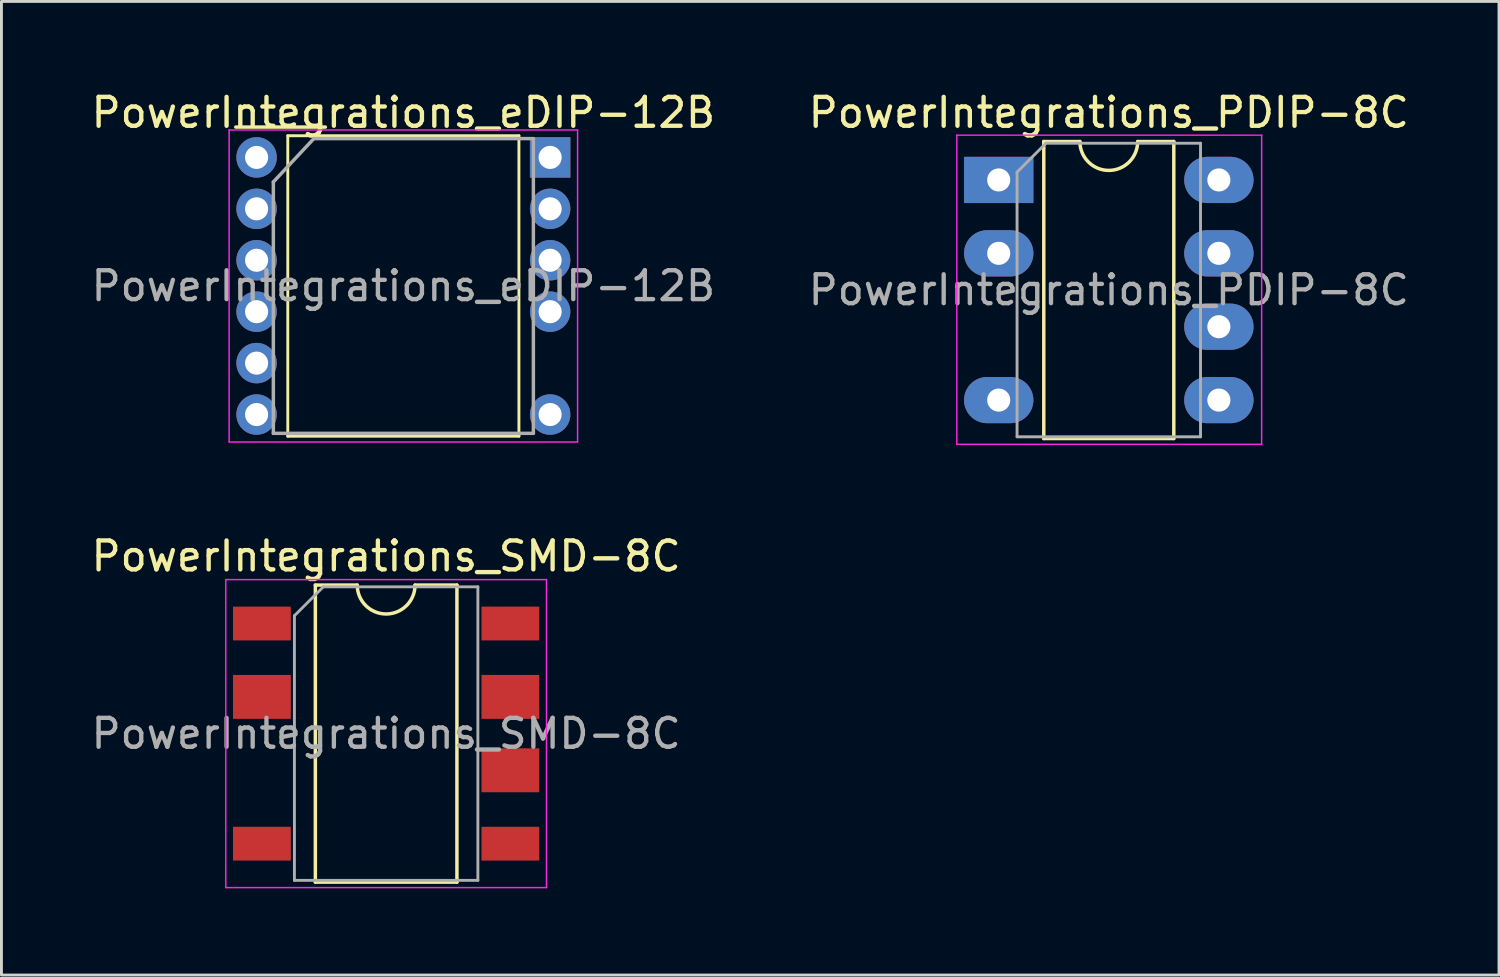
<source format=kicad_pcb>
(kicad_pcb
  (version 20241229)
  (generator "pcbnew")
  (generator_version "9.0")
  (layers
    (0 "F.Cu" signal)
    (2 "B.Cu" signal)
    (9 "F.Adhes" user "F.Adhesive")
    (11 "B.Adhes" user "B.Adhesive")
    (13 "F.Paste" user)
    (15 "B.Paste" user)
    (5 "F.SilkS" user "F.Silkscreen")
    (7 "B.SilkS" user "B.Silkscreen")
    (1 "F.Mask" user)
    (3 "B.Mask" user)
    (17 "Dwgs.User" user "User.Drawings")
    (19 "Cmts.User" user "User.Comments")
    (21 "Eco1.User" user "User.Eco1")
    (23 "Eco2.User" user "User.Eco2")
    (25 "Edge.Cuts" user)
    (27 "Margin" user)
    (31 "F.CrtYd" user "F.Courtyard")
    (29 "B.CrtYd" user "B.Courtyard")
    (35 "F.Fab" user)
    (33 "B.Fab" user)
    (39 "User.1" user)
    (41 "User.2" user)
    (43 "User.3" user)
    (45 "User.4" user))
  (footprint "PowerIntegrations_eDIP-12B"
    (layer "F.Cu")
    (at 15.991 2.398)
    (property "Reference" "PowerIntegrations_eDIP-12B" (at -5.08 -1.55 0) (layer "F.SilkS") (effects (font (size 1 1) (thickness 0.15))))
    (attr through_hole)
    (fp_line (start -10.88 -1.05) (end -7.78 -1.05) (stroke (width 0.12) (type solid)) (layer "F.SilkS"))
    (fp_line (start -9.08 -0.75) (end -9.08 9.65) (stroke (width 0.1) (type solid)) (layer "F.SilkS"))
    (fp_line (start -9.08 9.65) (end -1.08 9.65) (stroke (width 0.1) (type solid)) (layer "F.SilkS"))
    (fp_line (start -1.08 -0.75) (end -9.08 -0.75) (stroke (width 0.1) (type solid)) (layer "F.SilkS"))
    (fp_line (start -1.08 9.65) (end -1.08 -0.75) (stroke (width 0.1) (type solid)) (layer "F.SilkS"))
    (fp_line (start -11.11 -0.95) (end -11.11 9.85) (stroke (width 0.05) (type solid)) (layer "F.CrtYd"))
    (fp_line (start -11.11 -0.95) (end 0.95 -0.95) (stroke (width 0.05) (type solid)) (layer "F.CrtYd"))
    (fp_line (start 0.95 9.85) (end -11.11 9.85) (stroke (width 0.05) (type solid)) (layer "F.CrtYd"))
    (fp_line (start 0.95 9.85) (end 0.95 -0.95) (stroke (width 0.05) (type solid)) (layer "F.CrtYd"))
    (fp_line (start -9.58 0.85) (end -9.58 9.55) (stroke (width 0.12) (type solid)) (layer "F.Fab"))
    (fp_line (start -9.58 9.55) (end -0.58 9.55) (stroke (width 0.12) (type solid)) (layer "F.Fab"))
    (fp_line (start -8.18 -0.65) (end -9.58 0.85) (stroke (width 0.12) (type solid)) (layer "F.Fab"))
    (fp_line (start -0.58 -0.65) (end -8.18 -0.65) (stroke (width 0.12) (type solid)) (layer "F.Fab"))
    (fp_line (start -0.58 9.55) (end -0.58 -0.65) (stroke (width 0.12) (type solid)) (layer "F.Fab"))
    (fp_text user "${REFERENCE}" (at -5.08 4.45 0) (layer "F.Fab") (effects (font (size 1 1) (thickness 0.15))))
    (pad "1" thru_hole rect (at 0 0) (size 1.4 1.4) (drill 0.8) (layers "*.Cu" "*.Mask"))
    (pad "2" thru_hole oval (at 0 1.78) (size 1.4 1.4) (drill 0.8) (layers "*.Cu" "*.Mask"))
    (pad "3" thru_hole oval (at 0 3.56) (size 1.4 1.4) (drill 0.8) (layers "*.Cu" "*.Mask"))
    (pad "4" thru_hole oval (at 0 5.34) (size 1.4 1.4) (drill 0.8) (layers "*.Cu" "*.Mask"))
    (pad "6" thru_hole oval (at 0 8.9) (size 1.4 1.4) (drill 0.8) (layers "*.Cu" "*.Mask"))
    (pad "7" thru_hole oval (at -10.16 8.9) (size 1.4 1.4) (drill 0.8) (layers "*.Cu" "*.Mask"))
    (pad "8" thru_hole oval (at -10.16 7.12) (size 1.4 1.4) (drill 0.8) (layers "*.Cu" "*.Mask"))
    (pad "9" thru_hole oval (at -10.16 5.34) (size 1.4 1.4) (drill 0.8) (layers "*.Cu" "*.Mask"))
    (pad "10" thru_hole oval (at -10.16 3.56) (size 1.4 1.4) (drill 0.8) (layers "*.Cu" "*.Mask"))
    (pad "11" thru_hole oval (at -10.16 1.78) (size 1.4 1.4) (drill 0.8) (layers "*.Cu" "*.Mask"))
    (pad "12" thru_hole circle (at -10.16 0) (size 1.4 1.4) (drill 0.8) (layers "*.Cu" "*.Mask")))
  (footprint "PowerIntegrations_PDIP-8C"
    (layer "F.Cu")
    (at 31.517 3.178)
    (property "Reference" "PowerIntegrations_PDIP-8C" (at 3.81 -2.33 0) (layer "F.SilkS") (effects (font (size 1 1) (thickness 0.15))))
    (attr through_hole)
    (fp_line (start 1.56 -1.33) (end 1.56 8.95) (stroke (width 0.12) (type solid)) (layer "F.SilkS"))
    (fp_line (start 1.56 8.95) (end 6.06 8.95) (stroke (width 0.12) (type solid)) (layer "F.SilkS"))
    (fp_line (start 2.81 -1.33) (end 1.56 -1.33) (stroke (width 0.12) (type solid)) (layer "F.SilkS"))
    (fp_line (start 6.06 -1.33) (end 4.81 -1.33) (stroke (width 0.12) (type solid)) (layer "F.SilkS"))
    (fp_line (start 6.06 8.95) (end 6.06 -1.33) (stroke (width 0.12) (type solid)) (layer "F.SilkS"))
    (fp_arc (start 4.81 -1.33) (mid 3.81 -0.33) (end 2.81 -1.33) (stroke (width 0.12) (type solid)) (layer "F.SilkS"))
    (fp_line (start -1.45 -1.55) (end -1.45 9.15) (stroke (width 0.05) (type solid)) (layer "F.CrtYd"))
    (fp_line (start -1.45 9.15) (end 9.1 9.15) (stroke (width 0.05) (type solid)) (layer "F.CrtYd"))
    (fp_line (start 9.1 -1.55) (end -1.45 -1.55) (stroke (width 0.05) (type solid)) (layer "F.CrtYd"))
    (fp_line (start 9.1 9.15) (end 9.1 -1.55) (stroke (width 0.05) (type solid)) (layer "F.CrtYd"))
    (fp_line (start 0.635 -0.27) (end 1.635 -1.27) (stroke (width 0.1) (type solid)) (layer "F.Fab"))
    (fp_line (start 0.635 8.89) (end 0.635 -0.27) (stroke (width 0.1) (type solid)) (layer "F.Fab"))
    (fp_line (start 1.635 -1.27) (end 6.985 -1.27) (stroke (width 0.1) (type solid)) (layer "F.Fab"))
    (fp_line (start 6.985 -1.27) (end 6.985 8.89) (stroke (width 0.1) (type solid)) (layer "F.Fab"))
    (fp_line (start 6.985 8.89) (end 0.635 8.89) (stroke (width 0.1) (type solid)) (layer "F.Fab"))
    (fp_text user "${REFERENCE}" (at 3.81 3.81 0) (layer "F.Fab") (effects (font (size 1 1) (thickness 0.15))))
    (pad "1" thru_hole rect (at 0 0) (size 2.4 1.6) (drill 0.8) (layers "*.Cu" "*.Mask"))
    (pad "2" thru_hole oval (at 0 2.54) (size 2.4 1.6) (drill 0.8) (layers "*.Cu" "*.Mask"))
    (pad "4" thru_hole oval (at 0 7.62) (size 2.4 1.6) (drill 0.8) (layers "*.Cu" "*.Mask"))
    (pad "5" thru_hole oval (at 7.62 7.62) (size 2.4 1.6) (drill 0.8) (layers "*.Cu" "*.Mask"))
    (pad "6" thru_hole oval (at 7.62 5.08) (size 2.4 1.6) (drill 0.8) (layers "*.Cu" "*.Mask"))
    (pad "7" thru_hole oval (at 7.62 2.54) (size 2.4 1.6) (drill 0.8) (layers "*.Cu" "*.Mask"))
    (pad "8" thru_hole oval (at 7.62 0) (size 2.4 1.6) (drill 0.8) (layers "*.Cu" "*.Mask")))
  (footprint "PowerIntegrations_SMD-8C"
    (layer "F.Cu")
    (at 10.315 22.341)
    (property "Reference" "PowerIntegrations_SMD-8C" (at 0 -6.14 0) (layer "F.SilkS") (effects (font (size 1 1) (thickness 0.15))))
    (attr smd)
    (fp_line (start -2.45 -5.14) (end -2.45 5.14) (stroke (width 0.12) (type solid)) (layer "F.SilkS"))
    (fp_line (start -2.45 5.14) (end 2.45 5.14) (stroke (width 0.12) (type solid)) (layer "F.SilkS"))
    (fp_line (start -1 -5.14) (end -2.45 -5.14) (stroke (width 0.12) (type solid)) (layer "F.SilkS"))
    (fp_line (start 2.45 -5.14) (end 1 -5.14) (stroke (width 0.12) (type solid)) (layer "F.SilkS"))
    (fp_line (start 2.45 5.14) (end 2.45 -5.14) (stroke (width 0.12) (type solid)) (layer "F.SilkS"))
    (fp_arc (start 1 -5.14) (mid 0 -4.14) (end -1 -5.14) (stroke (width 0.12) (type solid)) (layer "F.SilkS"))
    (fp_line (start -5.55 -5.33) (end -5.55 5.33) (stroke (width 0.05) (type solid)) (layer "F.CrtYd"))
    (fp_line (start -5.55 -5.33) (end 5.55 -5.33) (stroke (width 0.05) (type solid)) (layer "F.CrtYd"))
    (fp_line (start 5.55 5.33) (end -5.55 5.33) (stroke (width 0.05) (type solid)) (layer "F.CrtYd"))
    (fp_line (start 5.55 5.33) (end 5.55 -5.33) (stroke (width 0.05) (type solid)) (layer "F.CrtYd"))
    (fp_line (start -3.175 -4.08) (end -2.175 -5.08) (stroke (width 0.1) (type solid)) (layer "F.Fab"))
    (fp_line (start -3.175 5.08) (end -3.175 -4.08) (stroke (width 0.1) (type solid)) (layer "F.Fab"))
    (fp_line (start -2.175 -5.08) (end 3.175 -5.08) (stroke (width 0.1) (type solid)) (layer "F.Fab"))
    (fp_line (start 3.175 -5.08) (end 3.175 5.08) (stroke (width 0.1) (type solid)) (layer "F.Fab"))
    (fp_line (start 3.175 5.08) (end -3.175 5.08) (stroke (width 0.1) (type solid)) (layer "F.Fab"))
    (fp_text user "${REFERENCE}" (at 0 0 0) (layer "F.Fab") (effects (font (size 1 1) (thickness 0.15))))
    (pad "1" smd rect (at -4.3 -3.81) (size 2 1.17) (layers "F.Cu" "F.Mask" "F.Paste"))
    (pad "2" smd rect (at -4.3 -1.27) (size 2 1.52) (layers "F.Cu" "F.Mask" "F.Paste"))
    (pad "4" smd rect (at -4.3 3.81) (size 2 1.17) (layers "F.Cu" "F.Mask" "F.Paste"))
    (pad "5" smd rect (at 4.3 3.81) (size 2 1.17) (layers "F.Cu" "F.Mask" "F.Paste"))
    (pad "6" smd rect (at 4.3 1.27) (size 2 1.52) (layers "F.Cu" "F.Mask" "F.Paste"))
    (pad "7" smd rect (at 4.3 -1.27) (size 2 1.52) (layers "F.Cu" "F.Mask" "F.Paste"))
    (pad "8" smd rect (at 4.3 -3.81) (size 2 1.17) (layers "F.Cu" "F.Mask" "F.Paste")))
  (gr_rect
    (start -3 -3)
    (end 48.833 30.697)
    (stroke (width 0.1) (type default))
    (fill no)
    (layer "Edge.Cuts")))
</source>
